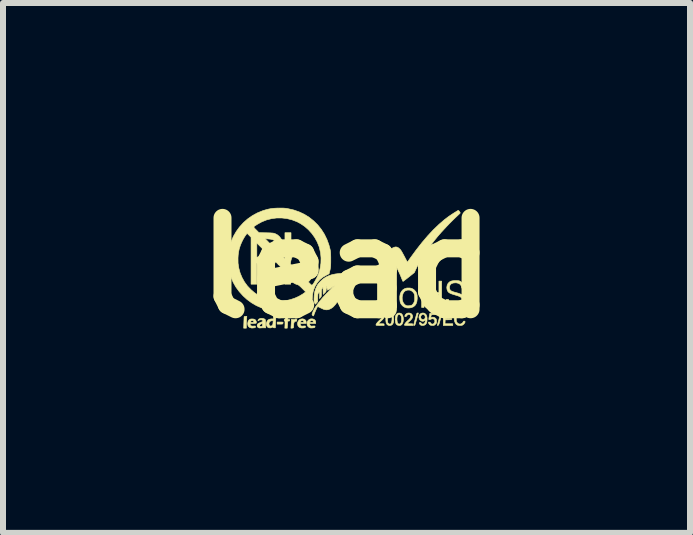
<source format=kicad_pcb>
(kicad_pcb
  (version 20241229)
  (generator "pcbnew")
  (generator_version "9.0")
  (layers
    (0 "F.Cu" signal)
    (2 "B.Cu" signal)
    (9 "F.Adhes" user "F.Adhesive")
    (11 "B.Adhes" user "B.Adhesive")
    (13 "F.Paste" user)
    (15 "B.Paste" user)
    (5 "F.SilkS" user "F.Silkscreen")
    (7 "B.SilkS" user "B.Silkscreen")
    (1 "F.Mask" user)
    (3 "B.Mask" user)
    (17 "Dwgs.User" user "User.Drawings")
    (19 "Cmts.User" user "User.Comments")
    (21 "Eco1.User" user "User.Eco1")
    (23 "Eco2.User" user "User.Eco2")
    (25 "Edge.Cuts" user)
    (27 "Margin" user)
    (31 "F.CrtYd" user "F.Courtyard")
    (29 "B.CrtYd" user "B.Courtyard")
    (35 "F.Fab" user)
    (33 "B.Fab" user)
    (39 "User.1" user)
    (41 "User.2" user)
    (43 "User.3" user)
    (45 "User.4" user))
  (footprint "lead"
    (layer "F.Cu")
    (at 2.729 1.418)
    (property "Reference" "lead" (at 0 0 0) (layer "F.SilkS") (effects (font (size 1.524 1.524) (thickness 0.3))))
    (attr through_hole)
    (fp_poly (pts (xy -1.081 0.903) (xy -1.066 0.904) (xy -1.059 0.906) (xy -1.057 0.91) (xy -1.058 0.912) (xy -1.061 0.925) (xy -1.061 0.929) (xy -1.064 0.933) (xy -1.072 0.936) (xy -1.089 0.937) (xy -1.109 0.937) (xy -1.157 0.937) (xy -1.157 0.903) (xy -1.106 0.903) (xy -1.081 0.903)) (stroke (width 0.01) (type solid)) (fill yes) (layer "F.SilkS"))
    (fp_poly (pts (xy 1.294 0.315) (xy 1.295 0.409) (xy 1.418 0.411) (xy 1.541 0.412) (xy 1.541 0.22) (xy 1.586 0.22) (xy 1.586 0.66) (xy 1.541 0.66) (xy 1.541 0.446) (xy 1.418 0.447) (xy 1.295 0.449) (xy 1.294 0.555) (xy 1.292 0.66) (xy 1.253 0.66) (xy 1.253 0.22) (xy 1.292 0.22) (xy 1.294 0.315)) (stroke (width 0.01) (type solid)) (fill yes) (layer "F.SilkS"))
    (fp_poly (pts (xy -1.667 0.871) (xy -1.669 0.901) (xy -1.67 0.931) (xy -1.671 0.957) (xy -1.671 0.969) (xy -1.671 1.005) (xy -1.715 1.005) (xy -1.712 0.913) (xy -1.711 0.882) (xy -1.71 0.854) (xy -1.709 0.832) (xy -1.708 0.818) (xy -1.707 0.814) (xy -1.701 0.809) (xy -1.687 0.807) (xy -1.684 0.807) (xy -1.663 0.807) (xy -1.667 0.871)) (stroke (width 0.01) (type solid)) (fill yes) (layer "F.SilkS"))
    (fp_poly (pts (xy 1.767 0.779) (xy 1.642 0.779) (xy 1.644 0.809) (xy 1.645 0.838) (xy 1.7 0.84) (xy 1.726 0.841) (xy 1.742 0.842) (xy 1.751 0.844) (xy 1.755 0.848) (xy 1.755 0.852) (xy 1.754 0.857) (xy 1.75 0.861) (xy 1.741 0.863) (xy 1.723 0.864) (xy 1.7 0.865) (xy 1.645 0.866) (xy 1.644 0.899) (xy 1.642 0.931) (xy 1.772 0.931) (xy 1.772 0.96) (xy 1.614 0.96) (xy 1.614 0.751) (xy 1.767 0.751) (xy 1.767 0.779)) (stroke (width 0.01) (type solid)) (fill yes) (layer "F.SilkS"))
    (fp_poly (pts (xy 1.59 0.754) (xy 1.592 0.758) (xy 1.59 0.765) (xy 1.586 0.782) (xy 1.58 0.805) (xy 1.572 0.834) (xy 1.564 0.861) (xy 1.554 0.895) (xy 1.547 0.921) (xy 1.541 0.938) (xy 1.536 0.949) (xy 1.531 0.955) (xy 1.527 0.958) (xy 1.524 0.959) (xy 1.515 0.958) (xy 1.514 0.952) (xy 1.517 0.944) (xy 1.522 0.928) (xy 1.528 0.904) (xy 1.537 0.875) (xy 1.544 0.847) (xy 1.554 0.812) (xy 1.562 0.786) (xy 1.568 0.768) (xy 1.573 0.758) (xy 1.577 0.752) (xy 1.581 0.751) (xy 1.59 0.754)) (stroke (width 0.01) (type solid)) (fill yes) (layer "F.SilkS"))
    (fp_poly (pts (xy 1.195 0.751) (xy 1.197 0.755) (xy 1.195 0.762) (xy 1.191 0.777) (xy 1.185 0.799) (xy 1.178 0.826) (xy 1.177 0.83) (xy 1.168 0.86) (xy 1.16 0.889) (xy 1.153 0.913) (xy 1.148 0.93) (xy 1.142 0.948) (xy 1.136 0.957) (xy 1.129 0.96) (xy 1.12 0.958) (xy 1.118 0.957) (xy 1.119 0.951) (xy 1.123 0.936) (xy 1.129 0.915) (xy 1.136 0.889) (xy 1.144 0.861) (xy 1.152 0.832) (xy 1.159 0.804) (xy 1.166 0.781) (xy 1.171 0.763) (xy 1.172 0.761) (xy 1.178 0.754) (xy 1.187 0.751) (xy 1.195 0.751)) (stroke (width 0.01) (type solid)) (fill yes) (layer "F.SilkS"))
    (fp_poly (pts (xy -0.834 0.854) (xy -0.83 0.862) (xy -0.83 0.872) (xy -0.831 0.884) (xy -0.835 0.889) (xy -0.841 0.888) (xy -0.854 0.89) (xy -0.866 0.899) (xy -0.875 0.91) (xy -0.879 0.923) (xy -0.881 0.943) (xy -0.881 0.947) (xy -0.882 0.967) (xy -0.882 0.983) (xy -0.883 0.991) (xy -0.886 0.998) (xy -0.895 1.002) (xy -0.905 1.004) (xy -0.927 1.005) (xy -0.924 0.959) (xy -0.922 0.932) (xy -0.921 0.907) (xy -0.92 0.887) (xy -0.92 0.885) (xy -0.92 0.858) (xy -0.9 0.858) (xy -0.887 0.859) (xy -0.881 0.863) (xy -0.881 0.864) (xy -0.877 0.866) (xy -0.868 0.861) (xy -0.854 0.854) (xy -0.843 0.852) (xy -0.834 0.854)) (stroke (width 0.01) (type solid)) (fill yes) (layer "F.SilkS"))
    (fp_poly (pts (xy -0.966 0.803) (xy -0.95 0.804) (xy -0.942 0.808) (xy -0.939 0.815) (xy -0.938 0.818) (xy -0.938 0.828) (xy -0.943 0.832) (xy -0.956 0.833) (xy -0.958 0.833) (xy -0.972 0.834) (xy -0.979 0.838) (xy -0.981 0.845) (xy -0.981 0.854) (xy -0.974 0.858) (xy -0.966 0.858) (xy -0.953 0.859) (xy -0.949 0.866) (xy -0.948 0.872) (xy -0.95 0.882) (xy -0.958 0.886) (xy -0.965 0.886) (xy -0.976 0.887) (xy -0.981 0.891) (xy -0.982 0.903) (xy -0.982 0.911) (xy -0.983 0.931) (xy -0.984 0.955) (xy -0.986 0.97) (xy -0.989 1.005) (xy -1.029 1.005) (xy -1.026 0.945) (xy -1.026 0.918) (xy -1.026 0.899) (xy -1.028 0.89) (xy -1.031 0.886) (xy -1.031 0.886) (xy -1.037 0.881) (xy -1.039 0.872) (xy -1.036 0.861) (xy -1.031 0.858) (xy -1.025 0.853) (xy -1.02 0.839) (xy -1.02 0.836) (xy -1.014 0.817) (xy -1.003 0.807) (xy -0.984 0.802) (xy -0.966 0.803)) (stroke (width 0.01) (type solid)) (fill yes) (layer "F.SilkS"))
    (fp_poly (pts (xy -1.198 0.803) (xy -1.183 0.806) (xy -1.178 0.811) (xy -1.178 0.813) (xy -1.178 0.821) (xy -1.179 0.839) (xy -1.181 0.863) (xy -1.182 0.892) (xy -1.183 0.91) (xy -1.187 0.999) (xy -1.206 0.999) (xy -1.22 0.997) (xy -1.225 0.991) (xy -1.225 0.99) (xy -1.226 0.985) (xy -1.232 0.986) (xy -1.238 0.99) (xy -1.264 1) (xy -1.292 0.999) (xy -1.297 0.998) (xy -1.317 0.987) (xy -1.33 0.969) (xy -1.336 0.945) (xy -1.336 0.935) (xy -1.294 0.935) (xy -1.288 0.954) (xy -1.283 0.961) (xy -1.269 0.97) (xy -1.253 0.968) (xy -1.241 0.96) (xy -1.234 0.952) (xy -1.229 0.939) (xy -1.226 0.918) (xy -1.226 0.915) (xy -1.223 0.881) (xy -1.244 0.881) (xy -1.265 0.885) (xy -1.282 0.898) (xy -1.292 0.915) (xy -1.294 0.935) (xy -1.336 0.935) (xy -1.335 0.918) (xy -1.327 0.894) (xy -1.312 0.871) (xy -1.29 0.857) (xy -1.26 0.851) (xy -1.249 0.85) (xy -1.219 0.85) (xy -1.219 0.801) (xy -1.198 0.803)) (stroke (width 0.01) (type solid)) (fill yes) (layer "F.SilkS"))
    (fp_poly (pts (xy 0.745 0.756) (xy 0.765 0.77) (xy 0.778 0.794) (xy 0.785 0.827) (xy 0.787 0.858) (xy 0.786 0.888) (xy 0.782 0.91) (xy 0.775 0.927) (xy 0.764 0.943) (xy 0.76 0.947) (xy 0.745 0.956) (xy 0.725 0.96) (xy 0.703 0.958) (xy 0.685 0.951) (xy 0.684 0.95) (xy 0.67 0.936) (xy 0.661 0.915) (xy 0.656 0.886) (xy 0.655 0.86) (xy 0.683 0.86) (xy 0.683 0.885) (xy 0.685 0.902) (xy 0.689 0.914) (xy 0.695 0.922) (xy 0.709 0.934) (xy 0.726 0.937) (xy 0.737 0.933) (xy 0.746 0.921) (xy 0.753 0.901) (xy 0.757 0.876) (xy 0.759 0.85) (xy 0.758 0.824) (xy 0.753 0.803) (xy 0.749 0.794) (xy 0.735 0.779) (xy 0.718 0.775) (xy 0.705 0.779) (xy 0.695 0.787) (xy 0.688 0.801) (xy 0.685 0.822) (xy 0.683 0.852) (xy 0.683 0.86) (xy 0.655 0.86) (xy 0.655 0.855) (xy 0.657 0.816) (xy 0.666 0.786) (xy 0.68 0.765) (xy 0.7 0.754) (xy 0.72 0.751) (xy 0.745 0.756)) (stroke (width 0.01) (type solid)) (fill yes) (layer "F.SilkS"))
    (fp_poly (pts (xy 0.579 0.752) (xy 0.601 0.761) (xy 0.617 0.776) (xy 0.626 0.797) (xy 0.626 0.806) (xy 0.625 0.82) (xy 0.622 0.833) (xy 0.613 0.847) (xy 0.599 0.863) (xy 0.578 0.883) (xy 0.571 0.89) (xy 0.528 0.931) (xy 0.577 0.931) (xy 0.601 0.931) (xy 0.615 0.932) (xy 0.623 0.934) (xy 0.626 0.938) (xy 0.627 0.945) (xy 0.627 0.945) (xy 0.627 0.96) (xy 0.559 0.96) (xy 0.53 0.959) (xy 0.511 0.959) (xy 0.499 0.957) (xy 0.493 0.955) (xy 0.491 0.951) (xy 0.491 0.95) (xy 0.494 0.939) (xy 0.502 0.925) (xy 0.516 0.907) (xy 0.538 0.884) (xy 0.555 0.869) (xy 0.578 0.845) (xy 0.592 0.827) (xy 0.599 0.812) (xy 0.597 0.799) (xy 0.589 0.786) (xy 0.587 0.785) (xy 0.572 0.776) (xy 0.554 0.775) (xy 0.539 0.782) (xy 0.528 0.795) (xy 0.527 0.798) (xy 0.521 0.81) (xy 0.51 0.813) (xy 0.5 0.809) (xy 0.497 0.8) (xy 0.5 0.787) (xy 0.509 0.774) (xy 0.522 0.763) (xy 0.528 0.759) (xy 0.554 0.752) (xy 0.579 0.752)) (stroke (width 0.01) (type solid)) (fill yes) (layer "F.SilkS"))
    (fp_poly (pts (xy -1.39 0.844) (xy -1.369 0.851) (xy -1.356 0.862) (xy -1.353 0.867) (xy -1.351 0.876) (xy -1.35 0.894) (xy -1.349 0.917) (xy -1.349 0.938) (xy -1.349 1) (xy -1.381 0.999) (xy -1.403 0.999) (xy -1.422 1) (xy -1.431 1.001) (xy -1.447 1.002) (xy -1.459 1.001) (xy -1.478 0.991) (xy -1.488 0.975) (xy -1.49 0.964) (xy -1.489 0.955) (xy -1.449 0.955) (xy -1.449 0.967) (xy -1.441 0.974) (xy -1.427 0.976) (xy -1.413 0.974) (xy -1.406 0.972) (xy -1.401 0.962) (xy -1.401 0.947) (xy -1.403 0.927) (xy -1.422 0.933) (xy -1.44 0.943) (xy -1.449 0.955) (xy -1.489 0.955) (xy -1.488 0.947) (xy -1.481 0.935) (xy -1.468 0.924) (xy -1.445 0.914) (xy -1.439 0.911) (xy -1.414 0.901) (xy -1.399 0.891) (xy -1.395 0.882) (xy -1.401 0.873) (xy -1.403 0.871) (xy -1.418 0.866) (xy -1.437 0.866) (xy -1.457 0.871) (xy -1.468 0.878) (xy -1.476 0.884) (xy -1.478 0.882) (xy -1.474 0.871) (xy -1.473 0.867) (xy -1.46 0.852) (xy -1.438 0.843) (xy -1.413 0.841) (xy -1.39 0.844)) (stroke (width 0.01) (type solid)) (fill yes) (layer "F.SilkS"))
    (fp_poly (pts (xy -0.71 0.854) (xy -0.69 0.866) (xy -0.676 0.884) (xy -0.672 0.906) (xy -0.672 0.926) (xy -0.722 0.926) (xy -0.747 0.926) (xy -0.762 0.927) (xy -0.77 0.929) (xy -0.773 0.933) (xy -0.773 0.936) (xy -0.77 0.948) (xy -0.764 0.959) (xy -0.758 0.966) (xy -0.75 0.97) (xy -0.738 0.971) (xy -0.719 0.969) (xy -0.699 0.968) (xy -0.688 0.969) (xy -0.684 0.972) (xy -0.683 0.976) (xy -0.686 0.988) (xy -0.687 0.991) (xy -0.696 0.996) (xy -0.712 1) (xy -0.733 1.001) (xy -0.753 1.001) (xy -0.763 0.999) (xy -0.788 0.99) (xy -0.805 0.973) (xy -0.813 0.956) (xy -0.817 0.928) (xy -0.813 0.904) (xy -0.773 0.904) (xy -0.768 0.907) (xy -0.755 0.908) (xy -0.742 0.909) (xy -0.723 0.908) (xy -0.714 0.905) (xy -0.711 0.901) (xy -0.716 0.889) (xy -0.727 0.879) (xy -0.738 0.875) (xy -0.748 0.878) (xy -0.76 0.887) (xy -0.77 0.897) (xy -0.773 0.904) (xy -0.813 0.904) (xy -0.812 0.902) (xy -0.799 0.878) (xy -0.78 0.86) (xy -0.763 0.853) (xy -0.735 0.849) (xy -0.71 0.854)) (stroke (width 0.01) (type solid)) (fill yes) (layer "F.SilkS"))
    (fp_poly (pts (xy 0.904 0.757) (xy 0.913 0.762) (xy 0.928 0.777) (xy 0.939 0.801) (xy 0.946 0.829) (xy 0.948 0.86) (xy 0.945 0.891) (xy 0.937 0.918) (xy 0.924 0.941) (xy 0.921 0.944) (xy 0.909 0.954) (xy 0.894 0.959) (xy 0.881 0.96) (xy 0.861 0.957) (xy 0.844 0.952) (xy 0.842 0.95) (xy 0.83 0.939) (xy 0.821 0.923) (xy 0.821 0.922) (xy 0.816 0.904) (xy 0.814 0.879) (xy 0.813 0.85) (xy 0.814 0.839) (xy 0.841 0.839) (xy 0.841 0.865) (xy 0.844 0.89) (xy 0.848 0.911) (xy 0.854 0.925) (xy 0.855 0.925) (xy 0.87 0.935) (xy 0.888 0.935) (xy 0.902 0.926) (xy 0.91 0.913) (xy 0.916 0.891) (xy 0.918 0.865) (xy 0.918 0.838) (xy 0.917 0.826) (xy 0.911 0.804) (xy 0.9 0.787) (xy 0.887 0.776) (xy 0.878 0.773) (xy 0.865 0.778) (xy 0.853 0.792) (xy 0.845 0.81) (xy 0.844 0.815) (xy 0.841 0.839) (xy 0.814 0.839) (xy 0.815 0.823) (xy 0.818 0.801) (xy 0.821 0.794) (xy 0.835 0.771) (xy 0.855 0.756) (xy 0.879 0.752) (xy 0.904 0.757)) (stroke (width 0.01) (type solid)) (fill yes) (layer "F.SilkS"))
    (fp_poly (pts (xy 1.067 0.757) (xy 1.086 0.769) (xy 1.098 0.787) (xy 1.103 0.806) (xy 1.101 0.825) (xy 1.091 0.845) (xy 1.073 0.867) (xy 1.046 0.893) (xy 1.044 0.895) (xy 1.029 0.908) (xy 1.017 0.92) (xy 1.011 0.926) (xy 1.011 0.927) (xy 1.016 0.929) (xy 1.029 0.93) (xy 1.048 0.931) (xy 1.058 0.931) (xy 1.081 0.931) (xy 1.096 0.932) (xy 1.103 0.934) (xy 1.106 0.939) (xy 1.106 0.945) (xy 1.106 0.96) (xy 1.036 0.96) (xy 1.005 0.959) (xy 0.985 0.958) (xy 0.972 0.957) (xy 0.966 0.954) (xy 0.965 0.952) (xy 0.969 0.94) (xy 0.979 0.924) (xy 0.993 0.906) (xy 1.01 0.889) (xy 1.014 0.885) (xy 1.041 0.861) (xy 1.058 0.842) (xy 1.068 0.826) (xy 1.072 0.812) (xy 1.072 0.809) (xy 1.068 0.791) (xy 1.057 0.78) (xy 1.042 0.775) (xy 1.025 0.778) (xy 1.011 0.789) (xy 1.006 0.796) (xy 0.994 0.81) (xy 0.983 0.813) (xy 0.974 0.811) (xy 0.972 0.805) (xy 0.973 0.797) (xy 0.984 0.776) (xy 1.001 0.761) (xy 1.022 0.753) (xy 1.045 0.752) (xy 1.067 0.757)) (stroke (width 0.01) (type solid)) (fill yes) (layer "F.SilkS"))
    (fp_poly (pts (xy -0.552 0.854) (xy -0.532 0.865) (xy -0.519 0.881) (xy -0.514 0.902) (xy -0.514 0.904) (xy -0.514 0.926) (xy -0.564 0.926) (xy -0.589 0.926) (xy -0.604 0.927) (xy -0.612 0.929) (xy -0.615 0.933) (xy -0.615 0.936) (xy -0.612 0.948) (xy -0.606 0.959) (xy -0.6 0.966) (xy -0.592 0.97) (xy -0.58 0.971) (xy -0.561 0.969) (xy -0.541 0.968) (xy -0.53 0.969) (xy -0.526 0.972) (xy -0.525 0.976) (xy -0.528 0.988) (xy -0.529 0.991) (xy -0.538 0.996) (xy -0.553 0.999) (xy -0.573 1.001) (xy -0.592 1.001) (xy -0.601 1.001) (xy -0.625 0.992) (xy -0.643 0.976) (xy -0.655 0.954) (xy -0.659 0.929) (xy -0.655 0.904) (xy -0.615 0.904) (xy -0.61 0.907) (xy -0.597 0.908) (xy -0.584 0.909) (xy -0.566 0.908) (xy -0.557 0.907) (xy -0.554 0.902) (xy -0.554 0.896) (xy -0.561 0.884) (xy -0.571 0.878) (xy -0.584 0.876) (xy -0.594 0.88) (xy -0.601 0.886) (xy -0.611 0.896) (xy -0.615 0.904) (xy -0.615 0.904) (xy -0.655 0.904) (xy -0.655 0.903) (xy -0.643 0.878) (xy -0.64 0.875) (xy -0.621 0.859) (xy -0.598 0.85) (xy -0.574 0.849) (xy -0.552 0.854)) (stroke (width 0.01) (type solid)) (fill yes) (layer "F.SilkS"))
    (fp_poly (pts (xy 1.916 0.751) (xy 1.929 0.754) (xy 1.94 0.76) (xy 1.952 0.771) (xy 1.954 0.773) (xy 1.966 0.786) (xy 1.974 0.798) (xy 1.976 0.803) (xy 1.971 0.811) (xy 1.961 0.814) (xy 1.95 0.814) (xy 1.943 0.808) (xy 1.932 0.79) (xy 1.914 0.779) (xy 1.893 0.775) (xy 1.872 0.778) (xy 1.853 0.788) (xy 1.839 0.805) (xy 1.837 0.81) (xy 1.83 0.837) (xy 1.83 0.868) (xy 1.835 0.896) (xy 1.837 0.9) (xy 1.85 0.919) (xy 1.87 0.932) (xy 1.892 0.937) (xy 1.892 0.937) (xy 1.909 0.933) (xy 1.927 0.923) (xy 1.94 0.91) (xy 1.945 0.9) (xy 1.951 0.889) (xy 1.962 0.887) (xy 1.972 0.889) (xy 1.977 0.896) (xy 1.975 0.909) (xy 1.966 0.924) (xy 1.953 0.94) (xy 1.949 0.942) (xy 1.937 0.952) (xy 1.925 0.957) (xy 1.91 0.959) (xy 1.895 0.959) (xy 1.874 0.958) (xy 1.857 0.956) (xy 1.848 0.954) (xy 1.83 0.941) (xy 1.814 0.92) (xy 1.803 0.893) (xy 1.797 0.864) (xy 1.797 0.834) (xy 1.797 0.834) (xy 1.807 0.8) (xy 1.824 0.776) (xy 1.848 0.759) (xy 1.88 0.751) (xy 1.896 0.751) (xy 1.916 0.751)) (stroke (width 0.01) (type solid)) (fill yes) (layer "F.SilkS"))
    (fp_poly (pts (xy -1.549 0.853) (xy -1.531 0.859) (xy -1.528 0.86) (xy -1.516 0.872) (xy -1.507 0.889) (xy -1.503 0.906) (xy -1.504 0.917) (xy -1.508 0.922) (xy -1.518 0.924) (xy -1.536 0.925) (xy -1.558 0.926) (xy -1.582 0.926) (xy -1.597 0.927) (xy -1.605 0.929) (xy -1.608 0.932) (xy -1.609 0.937) (xy -1.605 0.949) (xy -1.597 0.96) (xy -1.588 0.967) (xy -1.577 0.97) (xy -1.561 0.97) (xy -1.552 0.97) (xy -1.533 0.969) (xy -1.523 0.97) (xy -1.519 0.973) (xy -1.518 0.98) (xy -1.52 0.991) (xy -1.523 0.995) (xy -1.532 0.998) (xy -1.549 1) (xy -1.567 1.002) (xy -1.583 1.002) (xy -1.589 1.001) (xy -1.617 0.992) (xy -1.635 0.977) (xy -1.645 0.956) (xy -1.648 0.927) (xy -1.644 0.902) (xy -1.603 0.902) (xy -1.594 0.907) (xy -1.575 0.909) (xy -1.558 0.908) (xy -1.549 0.906) (xy -1.547 0.9) (xy -1.547 0.897) (xy -1.551 0.885) (xy -1.563 0.878) (xy -1.578 0.878) (xy -1.589 0.883) (xy -1.601 0.893) (xy -1.603 0.902) (xy -1.644 0.902) (xy -1.644 0.9) (xy -1.633 0.876) (xy -1.617 0.859) (xy -1.613 0.858) (xy -1.596 0.852) (xy -1.572 0.851) (xy -1.549 0.853)) (stroke (width 0.01) (type solid)) (fill yes) (layer "F.SilkS"))
    (fp_poly (pts (xy 1.292 0.754) (xy 1.308 0.762) (xy 1.326 0.778) (xy 1.337 0.801) (xy 1.343 0.832) (xy 1.343 0.851) (xy 1.341 0.891) (xy 1.333 0.921) (xy 1.319 0.942) (xy 1.299 0.955) (xy 1.273 0.96) (xy 1.269 0.96) (xy 1.249 0.958) (xy 1.236 0.953) (xy 1.227 0.946) (xy 1.217 0.931) (xy 1.214 0.919) (xy 1.218 0.911) (xy 1.226 0.909) (xy 1.239 0.914) (xy 1.245 0.921) (xy 1.255 0.933) (xy 1.272 0.937) (xy 1.285 0.934) (xy 1.297 0.926) (xy 1.307 0.911) (xy 1.314 0.892) (xy 1.315 0.88) (xy 1.314 0.871) (xy 1.31 0.872) (xy 1.305 0.876) (xy 1.285 0.888) (xy 1.264 0.89) (xy 1.244 0.883) (xy 1.226 0.87) (xy 1.214 0.85) (xy 1.208 0.825) (xy 1.208 0.821) (xy 1.208 0.819) (xy 1.236 0.819) (xy 1.24 0.839) (xy 1.251 0.854) (xy 1.267 0.862) (xy 1.284 0.862) (xy 1.3 0.853) (xy 1.304 0.848) (xy 1.312 0.83) (xy 1.312 0.811) (xy 1.306 0.793) (xy 1.294 0.779) (xy 1.277 0.773) (xy 1.275 0.773) (xy 1.26 0.778) (xy 1.247 0.791) (xy 1.238 0.807) (xy 1.236 0.819) (xy 1.208 0.819) (xy 1.213 0.794) (xy 1.225 0.772) (xy 1.244 0.758) (xy 1.267 0.752) (xy 1.292 0.754)) (stroke (width 0.01) (type solid)) (fill yes) (layer "F.SilkS"))
    (fp_poly (pts (xy 1.468 0.757) (xy 1.483 0.757) (xy 1.492 0.759) (xy 1.495 0.763) (xy 1.496 0.768) (xy 1.495 0.774) (xy 1.49 0.777) (xy 1.479 0.779) (xy 1.459 0.779) (xy 1.457 0.779) (xy 1.437 0.78) (xy 1.422 0.781) (xy 1.415 0.783) (xy 1.415 0.783) (xy 1.412 0.791) (xy 1.409 0.805) (xy 1.408 0.809) (xy 1.404 0.83) (xy 1.422 0.824) (xy 1.444 0.821) (xy 1.468 0.828) (xy 1.487 0.842) (xy 1.49 0.845) (xy 1.498 0.86) (xy 1.501 0.881) (xy 1.501 0.89) (xy 1.501 0.91) (xy 1.497 0.923) (xy 1.488 0.934) (xy 1.482 0.94) (xy 1.469 0.952) (xy 1.457 0.958) (xy 1.441 0.959) (xy 1.433 0.959) (xy 1.406 0.957) (xy 1.391 0.95) (xy 1.378 0.936) (xy 1.369 0.921) (xy 1.366 0.909) (xy 1.37 0.904) (xy 1.38 0.903) (xy 1.391 0.907) (xy 1.4 0.914) (xy 1.4 0.916) (xy 1.411 0.93) (xy 1.424 0.936) (xy 1.434 0.937) (xy 1.451 0.932) (xy 1.464 0.919) (xy 1.472 0.902) (xy 1.473 0.883) (xy 1.467 0.865) (xy 1.462 0.858) (xy 1.445 0.849) (xy 1.426 0.848) (xy 1.408 0.855) (xy 1.395 0.861) (xy 1.383 0.863) (xy 1.374 0.861) (xy 1.372 0.857) (xy 1.373 0.848) (xy 1.375 0.832) (xy 1.379 0.81) (xy 1.381 0.803) (xy 1.39 0.756) (xy 1.443 0.756) (xy 1.468 0.757)) (stroke (width 0.01) (type solid)) (fill yes) (layer "F.SilkS"))
    (fp_poly (pts (xy 1.091 0.343) (xy 1.121 0.36) (xy 1.135 0.373) (xy 1.156 0.397) (xy 1.169 0.424) (xy 1.177 0.455) (xy 1.179 0.494) (xy 1.179 0.516) (xy 1.173 0.562) (xy 1.16 0.6) (xy 1.14 0.629) (xy 1.112 0.65) (xy 1.077 0.663) (xy 1.053 0.667) (xy 1.03 0.668) (xy 1.007 0.667) (xy 1 0.666) (xy 0.963 0.653) (xy 0.932 0.631) (xy 0.908 0.601) (xy 0.898 0.579) (xy 0.894 0.565) (xy 0.891 0.545) (xy 0.888 0.523) (xy 0.888 0.487) (xy 0.928 0.487) (xy 0.929 0.522) (xy 0.931 0.538) (xy 0.943 0.574) (xy 0.963 0.603) (xy 0.982 0.62) (xy 0.995 0.627) (xy 1.008 0.631) (xy 1.025 0.632) (xy 1.04 0.631) (xy 1.068 0.628) (xy 1.087 0.621) (xy 1.093 0.618) (xy 1.105 0.606) (xy 1.117 0.589) (xy 1.123 0.578) (xy 1.13 0.562) (xy 1.135 0.547) (xy 1.137 0.528) (xy 1.137 0.503) (xy 1.137 0.5) (xy 1.136 0.472) (xy 1.134 0.452) (xy 1.13 0.437) (xy 1.125 0.425) (xy 1.104 0.398) (xy 1.078 0.379) (xy 1.048 0.369) (xy 1.015 0.37) (xy 0.982 0.381) (xy 0.981 0.382) (xy 0.961 0.398) (xy 0.945 0.422) (xy 0.934 0.453) (xy 0.928 0.487) (xy 0.888 0.487) (xy 0.888 0.475) (xy 0.896 0.432) (xy 0.913 0.396) (xy 0.936 0.368) (xy 0.966 0.348) (xy 1.003 0.336) (xy 1.016 0.335) (xy 1.057 0.335) (xy 1.091 0.343)) (stroke (width 0.01) (type solid)) (fill yes) (layer "F.SilkS"))
    (fp_poly (pts (xy 0.622 0.22) (xy 0.658 0.22) (xy 0.691 0.221) (xy 0.719 0.223) (xy 0.74 0.224) (xy 0.753 0.226) (xy 0.775 0.237) (xy 0.797 0.254) (xy 0.815 0.274) (xy 0.824 0.292) (xy 0.827 0.308) (xy 0.829 0.33) (xy 0.829 0.35) (xy 0.825 0.38) (xy 0.816 0.403) (xy 0.8 0.421) (xy 0.786 0.432) (xy 0.768 0.444) (xy 0.785 0.456) (xy 0.794 0.465) (xy 0.802 0.478) (xy 0.808 0.495) (xy 0.812 0.519) (xy 0.817 0.552) (xy 0.819 0.573) (xy 0.822 0.599) (xy 0.825 0.622) (xy 0.828 0.638) (xy 0.83 0.644) (xy 0.834 0.654) (xy 0.833 0.658) (xy 0.823 0.66) (xy 0.81 0.66) (xy 0.801 0.66) (xy 0.794 0.66) (xy 0.788 0.656) (xy 0.785 0.649) (xy 0.782 0.636) (xy 0.779 0.616) (xy 0.776 0.587) (xy 0.773 0.563) (xy 0.77 0.532) (xy 0.765 0.508) (xy 0.758 0.491) (xy 0.747 0.479) (xy 0.731 0.471) (xy 0.708 0.467) (xy 0.676 0.465) (xy 0.642 0.464) (xy 0.559 0.462) (xy 0.559 0.66) (xy 0.514 0.66) (xy 0.514 0.424) (xy 0.559 0.424) (xy 0.649 0.422) (xy 0.683 0.422) (xy 0.708 0.42) (xy 0.726 0.419) (xy 0.738 0.417) (xy 0.747 0.414) (xy 0.754 0.409) (xy 0.755 0.409) (xy 0.773 0.389) (xy 0.784 0.363) (xy 0.786 0.338) (xy 0.782 0.309) (xy 0.769 0.287) (xy 0.749 0.271) (xy 0.741 0.266) (xy 0.731 0.263) (xy 0.717 0.261) (xy 0.698 0.26) (xy 0.672 0.26) (xy 0.645 0.26) (xy 0.559 0.26) (xy 0.559 0.424) (xy 0.514 0.424) (xy 0.514 0.22) (xy 0.622 0.22)) (stroke (width 0.01) (type solid)) (fill yes) (layer "F.SilkS"))
    (fp_poly (pts (xy 1.871 -0.955) (xy 1.88 -0.945) (xy 1.889 -0.932) (xy 1.895 -0.921) (xy 1.895 -0.915) (xy 1.891 -0.91) (xy 1.88 -0.899) (xy 1.862 -0.882) (xy 1.841 -0.862) (xy 1.816 -0.839) (xy 1.814 -0.837) (xy 1.771 -0.795) (xy 1.723 -0.747) (xy 1.672 -0.694) (xy 1.622 -0.64) (xy 1.573 -0.587) (xy 1.529 -0.536) (xy 1.512 -0.516) (xy 1.454 -0.444) (xy 1.398 -0.37) (xy 1.344 -0.295) (xy 1.294 -0.22) (xy 1.248 -0.147) (xy 1.207 -0.078) (xy 1.174 -0.014) (xy 1.157 0.021) (xy 1.131 0.078) (xy 1.038 0.152) (xy 1.01 0.174) (xy 0.985 0.193) (xy 0.964 0.209) (xy 0.95 0.22) (xy 0.942 0.225) (xy 0.942 0.226) (xy 0.939 0.221) (xy 0.933 0.207) (xy 0.924 0.187) (xy 0.914 0.162) (xy 0.912 0.157) (xy 0.895 0.116) (xy 0.875 0.072) (xy 0.853 0.026) (xy 0.831 -0.02) (xy 0.809 -0.063) (xy 0.788 -0.1) (xy 0.771 -0.13) (xy 0.767 -0.135) (xy 0.748 -0.163) (xy 0.727 -0.189) (xy 0.706 -0.21) (xy 0.687 -0.226) (xy 0.673 -0.234) (xy 0.663 -0.239) (xy 0.66 -0.243) (xy 0.664 -0.248) (xy 0.675 -0.259) (xy 0.691 -0.274) (xy 0.701 -0.282) (xy 0.738 -0.312) (xy 0.769 -0.333) (xy 0.796 -0.345) (xy 0.82 -0.35) (xy 0.842 -0.347) (xy 0.863 -0.337) (xy 0.87 -0.331) (xy 0.882 -0.321) (xy 0.894 -0.31) (xy 0.905 -0.296) (xy 0.917 -0.278) (xy 0.93 -0.255) (xy 0.947 -0.224) (xy 0.968 -0.185) (xy 0.97 -0.181) (xy 1.015 -0.095) (xy 1.061 -0.162) (xy 1.16 -0.297) (xy 1.257 -0.421) (xy 1.353 -0.534) (xy 1.448 -0.636) (xy 1.542 -0.726) (xy 1.635 -0.806) (xy 1.685 -0.844) (xy 1.707 -0.86) (xy 1.732 -0.877) (xy 1.759 -0.895) (xy 1.786 -0.913) (xy 1.812 -0.929) (xy 1.835 -0.943) (xy 1.852 -0.954) (xy 1.863 -0.959) (xy 1.865 -0.959) (xy 1.871 -0.955)) (stroke (width 0.01) (type solid)) (fill yes) (layer "F.SilkS"))
    (fp_poly (pts (xy 1.845 0.212) (xy 1.864 0.213) (xy 1.878 0.215) (xy 1.89 0.22) (xy 1.903 0.227) (xy 1.904 0.228) (xy 1.933 0.25) (xy 1.952 0.279) (xy 1.962 0.314) (xy 1.962 0.315) (xy 1.966 0.344) (xy 1.945 0.344) (xy 1.931 0.343) (xy 1.925 0.338) (xy 1.922 0.329) (xy 1.911 0.296) (xy 1.892 0.272) (xy 1.867 0.257) (xy 1.833 0.249) (xy 1.816 0.248) (xy 1.779 0.252) (xy 1.75 0.262) (xy 1.73 0.28) (xy 1.719 0.303) (xy 1.717 0.334) (xy 1.717 0.335) (xy 1.722 0.356) (xy 1.731 0.372) (xy 1.748 0.385) (xy 1.774 0.396) (xy 1.789 0.401) (xy 1.817 0.409) (xy 1.847 0.417) (xy 1.867 0.423) (xy 1.909 0.439) (xy 1.94 0.459) (xy 1.962 0.483) (xy 1.964 0.487) (xy 1.971 0.5) (xy 1.974 0.514) (xy 1.975 0.532) (xy 1.975 0.553) (xy 1.973 0.577) (xy 1.97 0.593) (xy 1.965 0.605) (xy 1.957 0.617) (xy 1.955 0.619) (xy 1.935 0.64) (xy 1.913 0.655) (xy 1.886 0.664) (xy 1.852 0.669) (xy 1.832 0.67) (xy 1.806 0.67) (xy 1.783 0.669) (xy 1.767 0.668) (xy 1.761 0.667) (xy 1.726 0.65) (xy 1.697 0.627) (xy 1.676 0.598) (xy 1.665 0.569) (xy 1.661 0.547) (xy 1.66 0.534) (xy 1.663 0.528) (xy 1.671 0.525) (xy 1.681 0.525) (xy 1.696 0.526) (xy 1.703 0.53) (xy 1.706 0.542) (xy 1.707 0.547) (xy 1.717 0.578) (xy 1.736 0.602) (xy 1.763 0.62) (xy 1.797 0.63) (xy 1.826 0.632) (xy 1.863 0.628) (xy 1.893 0.618) (xy 1.916 0.601) (xy 1.931 0.579) (xy 1.936 0.553) (xy 1.931 0.524) (xy 1.928 0.517) (xy 1.915 0.496) (xy 1.894 0.48) (xy 1.863 0.468) (xy 1.862 0.467) (xy 1.816 0.453) (xy 1.78 0.442) (xy 1.752 0.433) (xy 1.731 0.424) (xy 1.715 0.416) (xy 1.704 0.408) (xy 1.696 0.399) (xy 1.688 0.389) (xy 1.687 0.386) (xy 1.675 0.356) (xy 1.672 0.323) (xy 1.678 0.291) (xy 1.691 0.262) (xy 1.697 0.254) (xy 1.715 0.236) (xy 1.735 0.223) (xy 1.76 0.216) (xy 1.791 0.212) (xy 1.818 0.212) (xy 1.845 0.212)) (stroke (width 0.01) (type solid)) (fill yes) (layer "F.SilkS"))
    (fp_poly (pts (xy 0.007 0.091) (xy 0.028 0.092) (xy 0.041 0.093) (xy 0.042 0.094) (xy 0.05 0.102) (xy 0.049 0.115) (xy 0.039 0.133) (xy 0.031 0.143) (xy 0.018 0.159) (xy 0.007 0.177) (xy -0.003 0.198) (xy -0.014 0.224) (xy -0.025 0.258) (xy -0.034 0.289) (xy -0.061 0.371) (xy -0.091 0.445) (xy -0.122 0.51) (xy -0.154 0.567) (xy -0.188 0.613) (xy -0.223 0.651) (xy -0.259 0.677) (xy -0.295 0.693) (xy -0.3 0.694) (xy -0.328 0.699) (xy -0.355 0.697) (xy -0.385 0.689) (xy -0.419 0.673) (xy -0.43 0.668) (xy -0.454 0.656) (xy -0.469 0.649) (xy -0.479 0.646) (xy -0.484 0.648) (xy -0.486 0.649) (xy -0.491 0.66) (xy -0.5 0.678) (xy -0.51 0.7) (xy -0.521 0.725) (xy -0.531 0.749) (xy -0.539 0.77) (xy -0.544 0.784) (xy -0.545 0.787) (xy -0.55 0.799) (xy -0.556 0.8) (xy -0.566 0.792) (xy -0.568 0.79) (xy -0.573 0.783) (xy -0.575 0.775) (xy -0.573 0.765) (xy -0.568 0.749) (xy -0.55 0.707) (xy -0.523 0.66) (xy -0.488 0.608) (xy -0.445 0.553) (xy -0.396 0.494) (xy -0.34 0.434) (xy -0.278 0.372) (xy -0.278 0.372) (xy -0.2 0.297) (xy -0.257 0.335) (xy -0.313 0.373) (xy -0.32 0.357) (xy -0.325 0.339) (xy -0.327 0.325) (xy -0.328 0.313) (xy -0.331 0.311) (xy -0.333 0.316) (xy -0.336 0.328) (xy -0.338 0.343) (xy -0.339 0.359) (xy -0.339 0.378) (xy -0.342 0.391) (xy -0.349 0.402) (xy -0.362 0.415) (xy -0.364 0.417) (xy -0.389 0.442) (xy -0.391 0.381) (xy -0.392 0.319) (xy -0.405 0.339) (xy -0.411 0.35) (xy -0.415 0.362) (xy -0.417 0.378) (xy -0.418 0.401) (xy -0.418 0.417) (xy -0.418 0.443) (xy -0.419 0.46) (xy -0.421 0.472) (xy -0.425 0.481) (xy -0.432 0.489) (xy -0.434 0.492) (xy -0.451 0.511) (xy -0.451 0.455) (xy -0.452 0.4) (xy -0.466 0.417) (xy -0.472 0.425) (xy -0.476 0.433) (xy -0.478 0.444) (xy -0.479 0.461) (xy -0.48 0.485) (xy -0.48 0.498) (xy -0.48 0.562) (xy -0.499 0.583) (xy -0.518 0.605) (xy -0.53 0.59) (xy -0.535 0.582) (xy -0.539 0.572) (xy -0.541 0.559) (xy -0.542 0.539) (xy -0.542 0.513) (xy -0.539 0.451) (xy -0.53 0.397) (xy -0.514 0.346) (xy -0.501 0.316) (xy -0.489 0.292) (xy -0.475 0.271) (xy -0.459 0.251) (xy -0.437 0.227) (xy -0.43 0.22) (xy -0.389 0.183) (xy -0.346 0.154) (xy -0.299 0.132) (xy -0.247 0.114) (xy -0.186 0.101) (xy -0.169 0.099) (xy -0.146 0.096) (xy -0.117 0.093) (xy -0.085 0.092) (xy -0.052 0.091) (xy -0.021 0.09) (xy 0.007 0.091)) (stroke (width 0.01) (type solid)) (fill yes) (layer "F.SilkS"))
    (fp_poly (pts (xy -1.048 -0.997) (xy -1.023 -0.995) (xy -0.997 -0.992) (xy -0.977 -0.988) (xy -0.88 -0.966) (xy -0.789 -0.934) (xy -0.702 -0.893) (xy -0.622 -0.843) (xy -0.548 -0.784) (xy -0.481 -0.718) (xy -0.422 -0.644) (xy -0.37 -0.563) (xy -0.327 -0.475) (xy -0.293 -0.382) (xy -0.273 -0.305) (xy -0.269 -0.285) (xy -0.266 -0.265) (xy -0.265 -0.242) (xy -0.264 -0.214) (xy -0.263 -0.179) (xy -0.263 -0.135) (xy -0.263 -0.093) (xy -0.264 -0.06) (xy -0.265 -0.034) (xy -0.267 -0.012) (xy -0.27 0.007) (xy -0.273 0.026) (xy -0.277 0.042) (xy -0.291 0.098) (xy -0.336 0.121) (xy -0.395 0.155) (xy -0.444 0.195) (xy -0.485 0.242) (xy -0.519 0.296) (xy -0.525 0.308) (xy -0.544 0.354) (xy -0.558 0.4) (xy -0.566 0.452) (xy -0.568 0.476) (xy -0.572 0.525) (xy -0.609 0.553) (xy -0.686 0.603) (xy -0.769 0.645) (xy -0.857 0.678) (xy -0.947 0.702) (xy -0.996 0.711) (xy -1.014 0.713) (xy -1.041 0.714) (xy -1.072 0.715) (xy -1.107 0.716) (xy -1.142 0.716) (xy -1.175 0.716) (xy -1.203 0.715) (xy -1.223 0.714) (xy -1.23 0.713) (xy -1.329 0.693) (xy -1.42 0.665) (xy -1.504 0.628) (xy -1.583 0.582) (xy -1.658 0.527) (xy -1.725 0.466) (xy -1.79 0.394) (xy -1.845 0.319) (xy -1.89 0.24) (xy -1.926 0.155) (xy -1.954 0.064) (xy -1.957 0.051) (xy -1.964 0.013) (xy -1.969 -0.034) (xy -1.973 -0.084) (xy -1.975 -0.137) (xy -1.975 -0.166) (xy -1.81 -0.166) (xy -1.809 -0.079) (xy -1.796 0.005) (xy -1.774 0.086) (xy -1.742 0.162) (xy -1.702 0.234) (xy -1.653 0.301) (xy -1.596 0.361) (xy -1.533 0.415) (xy -1.463 0.461) (xy -1.387 0.499) (xy -1.306 0.527) (xy -1.233 0.544) (xy -1.191 0.549) (xy -1.142 0.552) (xy -1.092 0.552) (xy -1.043 0.549) (xy -1.007 0.545) (xy -0.934 0.528) (xy -0.862 0.504) (xy -0.795 0.474) (xy -0.734 0.438) (xy -0.717 0.426) (xy -0.681 0.4) (xy -0.74 0.341) (xy -0.764 0.317) (xy -0.783 0.3) (xy -0.798 0.288) (xy -0.81 0.282) (xy -0.818 0.279) (xy -0.846 0.27) (xy -0.875 0.255) (xy -0.902 0.235) (xy -0.912 0.225) (xy -0.931 0.203) (xy -0.931 0.271) (xy -1.027 0.271) (xy -1.027 0.054) (xy -1.104 -0.023) (xy -1.146 -0.065) (xy -0.937 -0.065) (xy -0.823 0.049) (xy -0.793 0.079) (xy -0.766 0.105) (xy -0.743 0.128) (xy -0.724 0.146) (xy -0.711 0.158) (xy -0.705 0.164) (xy -0.705 0.164) (xy -0.699 0.16) (xy -0.689 0.15) (xy -0.686 0.146) (xy -0.662 0.109) (xy -0.645 0.064) (xy -0.635 0.011) (xy -0.632 -0.042) (xy -0.636 -0.103) (xy -0.646 -0.155) (xy -0.664 -0.198) (xy -0.688 -0.232) (xy -0.719 -0.257) (xy -0.734 -0.265) (xy -0.767 -0.275) (xy -0.8 -0.274) (xy -0.833 -0.263) (xy -0.866 -0.242) (xy -0.892 -0.211) (xy -0.913 -0.172) (xy -0.927 -0.125) (xy -0.931 -0.103) (xy -0.937 -0.065) (xy -1.146 -0.065) (xy -1.181 -0.101) (xy -1.204 -0.092) (xy -1.215 -0.089) (xy -1.23 -0.086) (xy -1.25 -0.084) (xy -1.277 -0.083) (xy -1.312 -0.081) (xy -1.358 -0.08) (xy -1.362 -0.08) (xy -1.496 -0.078) (xy -1.496 0.271) (xy -1.592 0.271) (xy -1.592 -0.181) (xy -1.496 -0.181) (xy -1.386 -0.181) (xy -1.352 -0.181) (xy -1.322 -0.181) (xy -1.298 -0.182) (xy -1.281 -0.184) (xy -1.274 -0.185) (xy -1.273 -0.185) (xy -1.277 -0.19) (xy -1.287 -0.202) (xy -1.303 -0.22) (xy -1.324 -0.242) (xy -1.35 -0.269) (xy -1.378 -0.297) (xy -1.383 -0.302) (xy -1.496 -0.415) (xy -1.496 -0.181) (xy -1.592 -0.181) (xy -1.592 -0.487) (xy -1.357 -0.487) (xy -1.259 -0.387) (xy -1.16 -0.288) (xy -1.155 -0.308) (xy -1.153 -0.329) (xy -1.155 -0.357) (xy -1.156 -0.366) (xy -1.165 -0.404) (xy -1.18 -0.433) (xy -1.201 -0.455) (xy -1.229 -0.47) (xy -1.265 -0.479) (xy -1.301 -0.483) (xy -1.357 -0.487) (xy -1.592 -0.487) (xy -1.592 -0.511) (xy -1.625 -0.544) (xy -1.658 -0.577) (xy -1.684 -0.543) (xy -1.706 -0.509) (xy -1.73 -0.467) (xy -1.751 -0.423) (xy -1.769 -0.381) (xy -1.774 -0.366) (xy -1.79 -0.316) (xy -1.8 -0.267) (xy -1.807 -0.215) (xy -1.81 -0.166) (xy -1.975 -0.166) (xy -1.975 -0.187) (xy -1.973 -0.232) (xy -1.97 -0.256) (xy -1.952 -0.35) (xy -1.924 -0.44) (xy -1.886 -0.527) (xy -1.839 -0.608) (xy -1.786 -0.681) (xy -1.545 -0.681) (xy -1.541 -0.671) (xy -1.53 -0.658) (xy -1.512 -0.64) (xy -1.507 -0.635) (xy -1.461 -0.588) (xy -1.341 -0.586) (xy -1.301 -0.585) (xy -1.269 -0.584) (xy -1.246 -0.582) (xy -1.228 -0.581) (xy -1.213 -0.578) (xy -1.201 -0.575) (xy -1.189 -0.57) (xy -1.188 -0.57) (xy -1.149 -0.549) (xy -1.115 -0.518) (xy -1.088 -0.48) (xy -1.068 -0.434) (xy -1.064 -0.42) (xy -1.058 -0.385) (xy -1.056 -0.344) (xy -1.058 -0.302) (xy -1.063 -0.262) (xy -1.067 -0.246) (xy -1.077 -0.206) (xy -1.027 -0.155) (xy -1.027 -0.587) (xy -0.926 -0.587) (xy -0.926 -0.293) (xy -0.9 -0.315) (xy -0.871 -0.338) (xy -0.844 -0.353) (xy -0.814 -0.361) (xy -0.778 -0.364) (xy -0.77 -0.364) (xy -0.744 -0.363) (xy -0.726 -0.362) (xy -0.71 -0.358) (xy -0.692 -0.35) (xy -0.676 -0.343) (xy -0.638 -0.32) (xy -0.608 -0.293) (xy -0.583 -0.258) (xy -0.568 -0.229) (xy -0.555 -0.2) (xy -0.546 -0.173) (xy -0.539 -0.147) (xy -0.536 -0.116) (xy -0.534 -0.08) (xy -0.534 -0.042) (xy -0.536 0.016) (xy -0.542 0.066) (xy -0.553 0.108) (xy -0.57 0.147) (xy -0.592 0.182) (xy -0.612 0.207) (xy -0.637 0.234) (xy -0.608 0.264) (xy -0.594 0.278) (xy -0.583 0.286) (xy -0.575 0.287) (xy -0.566 0.28) (xy -0.555 0.266) (xy -0.54 0.243) (xy -0.497 0.168) (xy -0.463 0.088) (xy -0.44 0.005) (xy -0.427 -0.08) (xy -0.425 -0.166) (xy -0.433 -0.252) (xy -0.452 -0.336) (xy -0.458 -0.356) (xy -0.489 -0.433) (xy -0.53 -0.507) (xy -0.579 -0.575) (xy -0.636 -0.638) (xy -0.699 -0.693) (xy -0.767 -0.739) (xy -0.825 -0.77) (xy -0.909 -0.802) (xy -0.994 -0.823) (xy -1.079 -0.833) (xy -1.165 -0.833) (xy -1.249 -0.822) (xy -1.332 -0.801) (xy -1.412 -0.769) (xy -1.483 -0.73) (xy -1.511 -0.712) (xy -1.531 -0.7) (xy -1.542 -0.69) (xy -1.545 -0.681) (xy -1.786 -0.681) (xy -1.783 -0.684) (xy -1.72 -0.754) (xy -1.65 -0.816) (xy -1.573 -0.87) (xy -1.49 -0.916) (xy -1.402 -0.952) (xy -1.391 -0.956) (xy -1.344 -0.97) (xy -1.301 -0.981) (xy -1.259 -0.989) (xy -1.214 -0.994) (xy -1.162 -0.997) (xy -1.146 -0.997) (xy -1.106 -0.998) (xy -1.075 -0.998) (xy -1.048 -0.997)) (stroke (width 0.01) (type solid)) (fill yes) (layer "F.SilkS")))
  (gr_rect
    (start -3 -3)
    (end 8.457 5.836)
    (stroke (width 0.1) (type default))
    (fill no)
    (layer "Edge.Cuts")))
</source>
